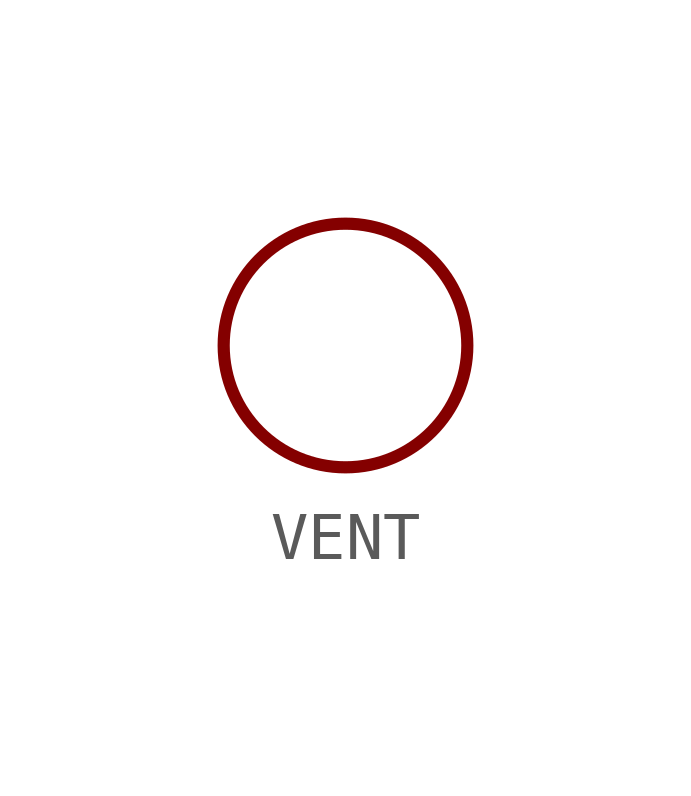
<source format=kicad_sym>
(kicad_symbol_lib
  (version 20241209)
  (generator "kicad_symbol_editor")
  (generator_version "9.0")
  (symbol "VENT"
    (property "Reference" "V"
      (at 0 0 0)
      (effects (font (size 1.27 1.27)) (hide yes)))
    (property "ki_locked" ""
      (at 0 0 0)
      (effects (font (size 1.27 1.27))))
    (symbol "VENT_1_0"
      (circle (center 0 0) (radius 2.54) (stroke (width 0.254) (type solid)) (fill (type none))))))
</source>
